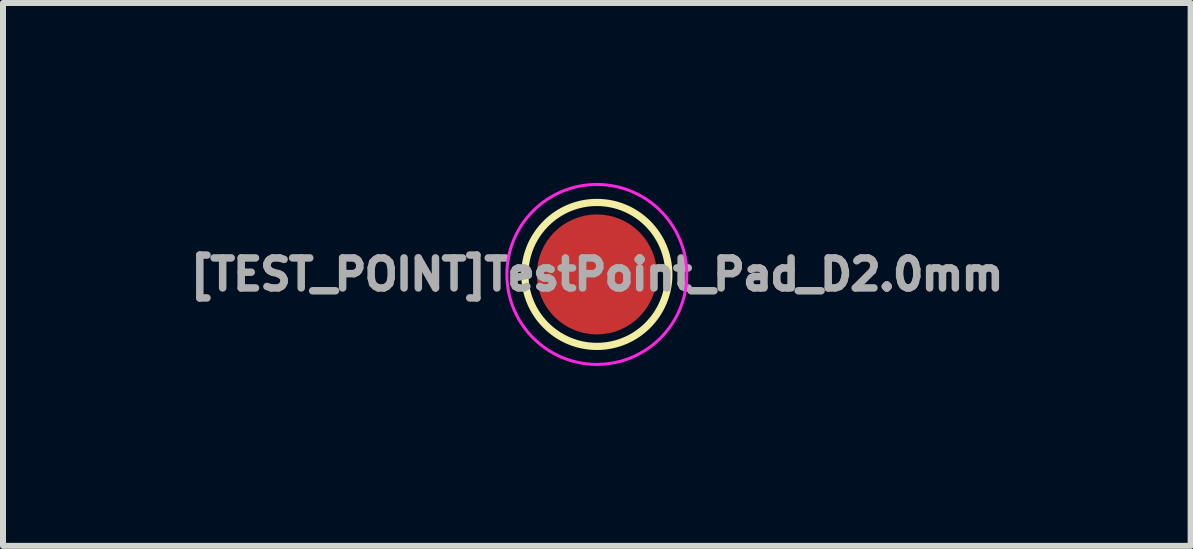
<source format=kicad_pcb>
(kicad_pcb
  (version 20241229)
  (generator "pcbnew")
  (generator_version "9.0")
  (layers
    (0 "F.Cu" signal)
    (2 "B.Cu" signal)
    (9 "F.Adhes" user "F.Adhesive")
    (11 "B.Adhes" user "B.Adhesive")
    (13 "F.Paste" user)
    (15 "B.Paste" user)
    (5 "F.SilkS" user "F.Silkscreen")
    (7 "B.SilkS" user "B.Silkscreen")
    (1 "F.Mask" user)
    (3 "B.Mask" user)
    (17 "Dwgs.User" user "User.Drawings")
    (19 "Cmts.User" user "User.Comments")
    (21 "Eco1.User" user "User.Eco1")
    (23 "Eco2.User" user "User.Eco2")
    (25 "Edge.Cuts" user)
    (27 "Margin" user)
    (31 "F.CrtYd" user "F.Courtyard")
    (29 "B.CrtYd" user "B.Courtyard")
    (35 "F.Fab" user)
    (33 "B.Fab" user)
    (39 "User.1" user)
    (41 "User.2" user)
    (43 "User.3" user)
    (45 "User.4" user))
  (footprint "[TEST_POINT]TestPoint_Pad_D2.0mm"
    (layer "F.Cu")
    (at 6.906 1.525)
    (property "Reference" "[TEST_POINT]TestPoint_Pad_D2.0mm" (at -0.006 0 0) (layer "F.Fab") (effects (font (size 0.5 0.5) (thickness 0.125))))
    (attr exclude_from_pos_files exclude_from_bom)
    (fp_circle (center -0.006 0) (end -0.006 1.2) (stroke (width 0.12) (type solid)) (fill no) (layer "F.SilkS"))
    (fp_circle (center -0.006 0) (end 1.494 0) (stroke (width 0.05) (type solid)) (fill no) (layer "F.CrtYd"))
    (pad "1" smd circle (at -0.006 0) (size 2 2) (layers "F.Cu" "F.Mask")))
  (gr_rect
    (start -3 -3)
    (end 16.799 6.05)
    (stroke (width 0.1) (type default))
    (fill no)
    (layer "Edge.Cuts")))
</source>
